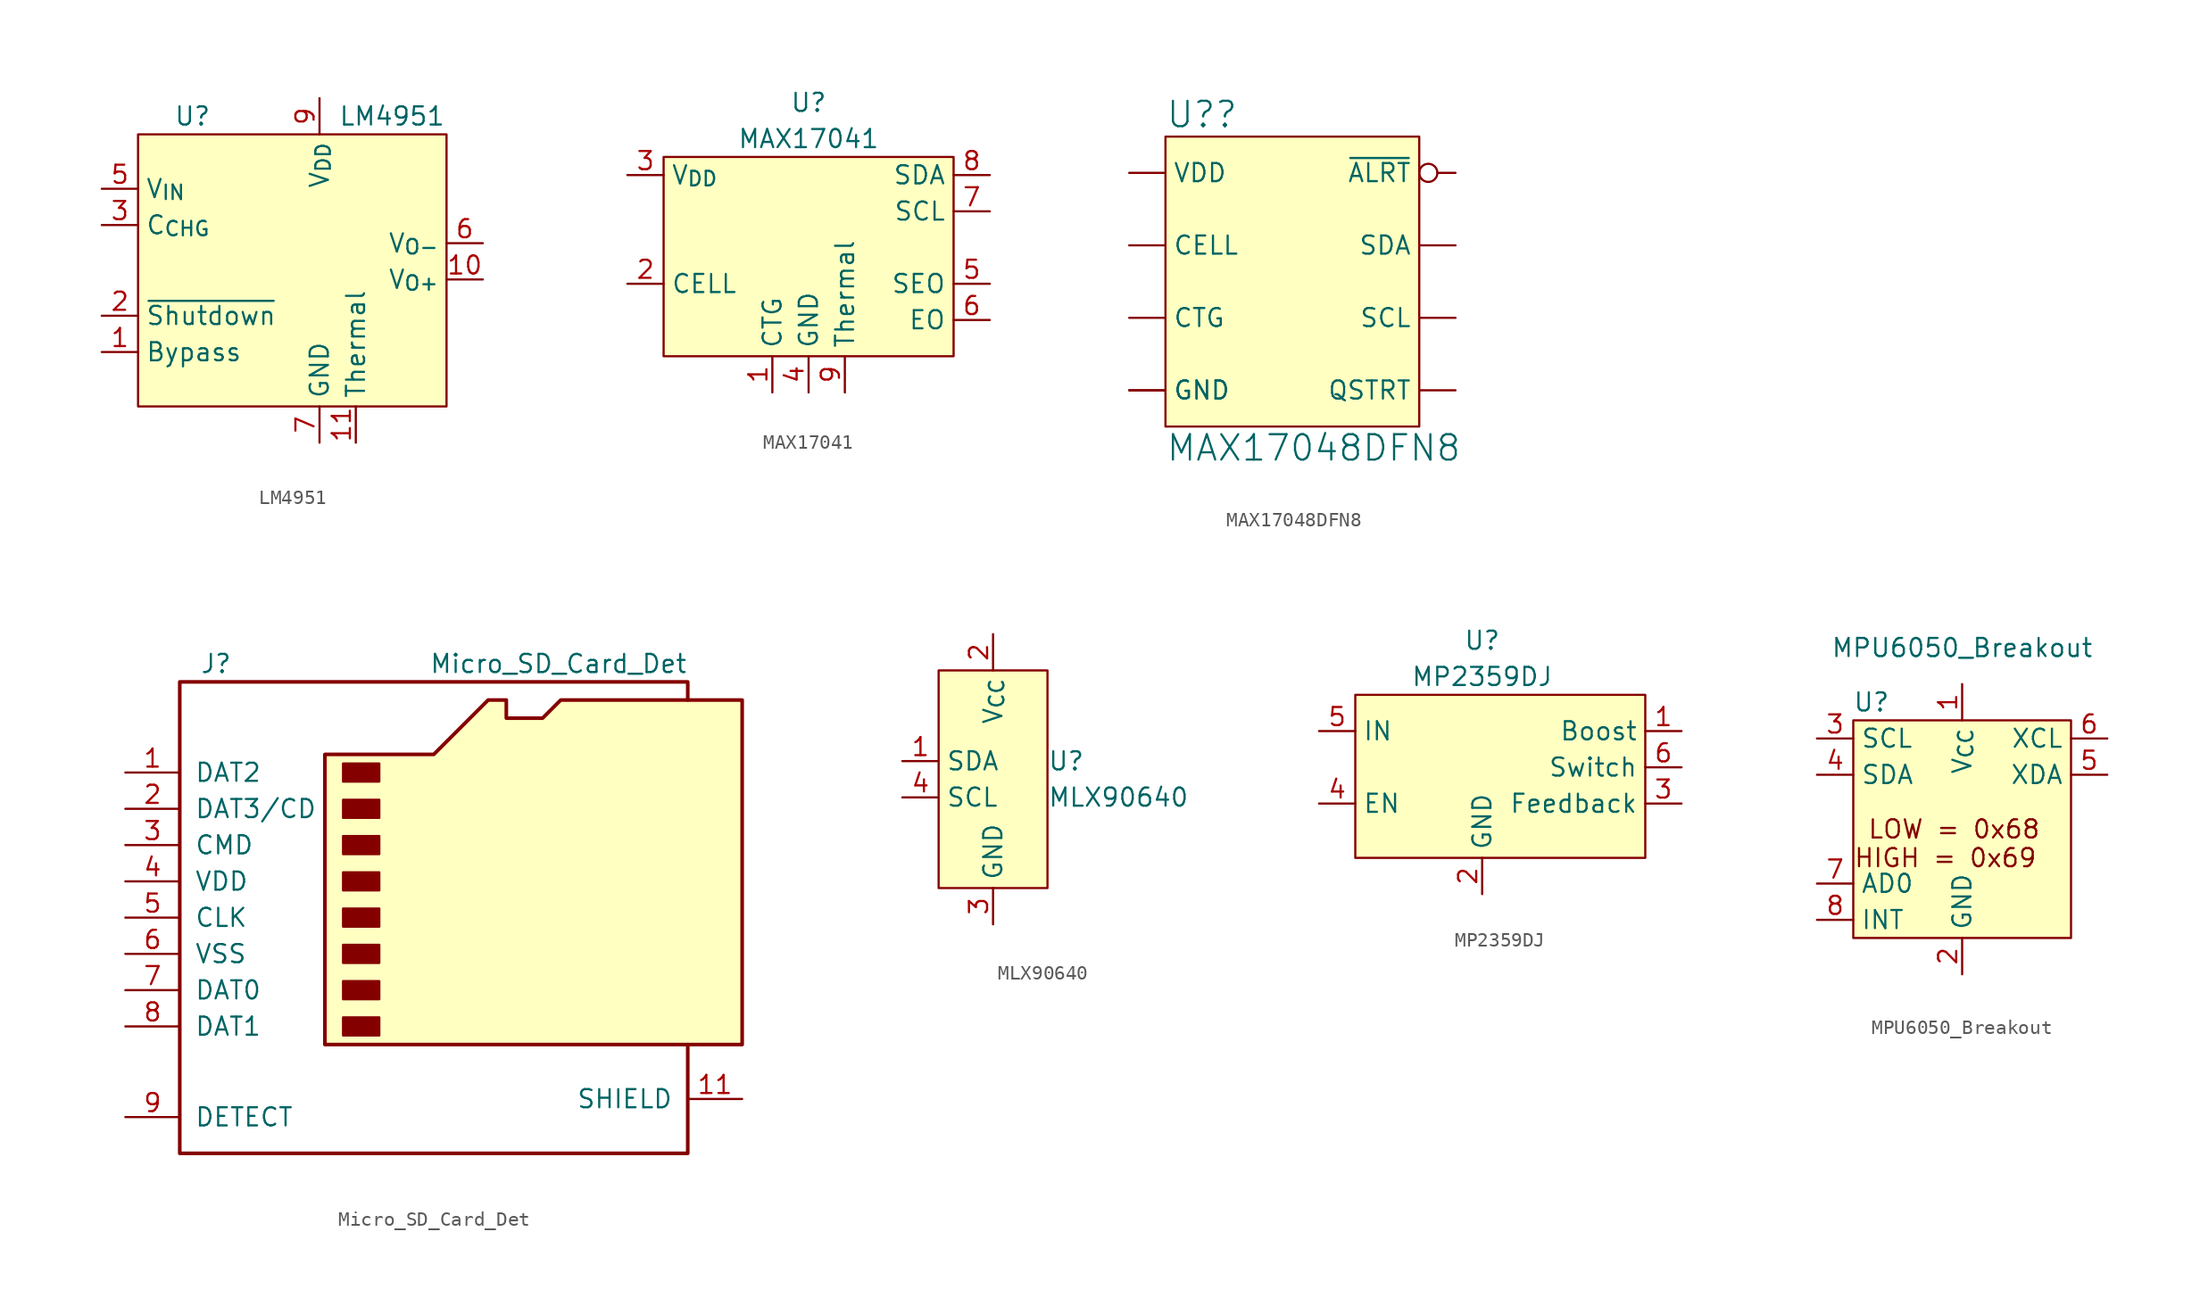
<source format=kicad_sym>
(kicad_symbol_lib
  (version 20231120)
  (generator "kicad_symbol_editor")
  (generator_version "8.0")
  (symbol "LM4951"
    (property "Reference" "U"
      (at -8.89 3.81 0)
      (effects (font (size 1.27 1.27))))
    (property "Value" "LM4951"
      (at 5.08 3.81 0)
      (effects (font (size 1.27 1.27))))
    (symbol "LM4951_0_1"
      (rectangle (start -12.7 2.54) (end 8.89 -16.51) (stroke (width 0) (type default)) (fill (type background))))
    (symbol "LM4951_1_1"
      (pin input line (at -15.24 -12.7 0) (length 2.54) (name "Bypass" (effects (font (size 1.27 1.27)))) (number "1" (effects (font (size 1.27 1.27)))))
      (pin power_out line (at 11.43 -7.62 180) (length 2.54) (name "V_{O+}" (effects (font (size 1.27 1.27)))) (number "10" (effects (font (size 1.27 1.27)))))
      (pin unspecified line (at 2.54 -19.05 90) (length 2.54) (name "Thermal" (effects (font (size 1.27 1.27)))) (number "11" (effects (font (size 1.27 1.27)))))
      (pin input line (at -15.24 -10.16 0) (length 2.54) (name "~{Shutdown}" (effects (font (size 1.27 1.27)))) (number "2" (effects (font (size 1.27 1.27)))))
      (pin input line (at -15.24 -3.81 0) (length 2.54) (name "C_{CHG}" (effects (font (size 1.27 1.27)))) (number "3" (effects (font (size 1.27 1.27)))))
      (pin input line (at -15.24 -1.27 0) (length 2.54) (name "V_{IN}" (effects (font (size 1.27 1.27)))) (number "5" (effects (font (size 1.27 1.27)))))
      (pin power_out line (at 11.43 -5.08 180) (length 2.54) (name "V_{O-}" (effects (font (size 1.27 1.27)))) (number "6" (effects (font (size 1.27 1.27)))))
      (pin power_in line (at 0 -19.05 90) (length 2.54) (name "GND" (effects (font (size 1.27 1.27)))) (number "7" (effects (font (size 1.27 1.27)))))
      (pin power_in line (at 0 5.08 270) (length 2.54) (name "V_{DD}" (effects (font (size 1.27 1.27)))) (number "9" (effects (font (size 1.27 1.27)))))))
  (symbol "MAX17041"
    (property "Reference" "U"
      (at 0 5.08 0)
      (effects (font (size 1.27 1.27))))
    (property "Value" "MAX17041"
      (at 0 2.54 0)
      (effects (font (size 1.27 1.27))))
    (symbol "MAX17041_0_0"
      (pin unspecified line (at -2.54 -15.24 90) (length 2.54) (name "CTG" (effects (font (size 1.27 1.27)))) (number "1" (effects (font (size 1.27 1.27)))))
      (pin power_in line (at -12.7 -7.62 0) (length 2.54) (name "CELL" (effects (font (size 1.27 1.27)))) (number "2" (effects (font (size 1.27 1.27)))))
      (pin power_in line (at -12.7 0 0) (length 2.54) (name "V_{DD}" (effects (font (size 1.27 1.27)))) (number "3" (effects (font (size 1.27 1.27)))))
      (pin power_in line (at 0 -15.24 90) (length 2.54) (name "GND" (effects (font (size 1.27 1.27)))) (number "4" (effects (font (size 1.27 1.27)))))
      (pin unspecified line (at 12.7 -7.62 180) (length 2.54) (name "SEO" (effects (font (size 1.27 1.27)))) (number "5" (effects (font (size 1.27 1.27)))))
      (pin unspecified line (at 12.7 -10.16 180) (length 2.54) (name "EO" (effects (font (size 1.27 1.27)))) (number "6" (effects (font (size 1.27 1.27)))))
      (pin input line (at 12.7 -2.54 180) (length 2.54) (name "SCL" (effects (font (size 1.27 1.27)))) (number "7" (effects (font (size 1.27 1.27)))))
      (pin bidirectional line (at 12.7 0 180) (length 2.54) (name "SDA" (effects (font (size 1.27 1.27)))) (number "8" (effects (font (size 1.27 1.27)))))
      (pin power_in line (at 2.54 -15.24 90) (length 2.54) (name "Thermal" (effects (font (size 1.27 1.27)))) (number "9" (effects (font (size 1.27 1.27))))))
    (symbol "MAX17041_1_1"
      (rectangle (start -10.16 1.27) (end 10.16 -12.7) (stroke (width 0) (type default)) (fill (type background)))))
  (symbol "MAX17048DFN8"
    (property "Reference" "U?"
      (at -10.16 10.668 0)
      (effects (font (size 1.778 1.778)) (justify left bottom)))
    (property "Value" "MAX17048DFN8"
      (at -10.16 -12.7 0)
      (effects (font (size 1.778 1.778)) (justify left bottom)))
    (symbol "MAX17048DFN8_1_0"
      (pin input line (at -12.7 -2.54 0) (length 2.54) (name "CTG" (effects (font (size 1.27 1.27)))) (number "1" (effects (font (size 0 0)))))
      (pin input line (at -12.7 2.54 0) (length 2.54) (name "CELL" (effects (font (size 1.27 1.27)))) (number "2" (effects (font (size 0 0)))))
      (pin bidirectional line (at -12.7 7.62 0) (length 2.54) (name "VDD" (effects (font (size 1.27 1.27)))) (number "3" (effects (font (size 0 0)))))
      (pin bidirectional line (at -12.7 -7.62 0) (length 2.54) (name "GND" (effects (font (size 1.27 1.27)))) (number "4" (effects (font (size 0 0)))))
      (pin bidirectional inverted (at 10.16 7.62 180) (length 2.54) (name "~{ALRT}" (effects (font (size 1.27 1.27)))) (number "5" (effects (font (size 0 0)))))
      (pin bidirectional line (at 10.16 -7.62 180) (length 2.54) (name "QSTRT" (effects (font (size 1.27 1.27)))) (number "6" (effects (font (size 0 0)))))
      (pin output line (at 10.16 -2.54 180) (length 2.54) (name "SCL" (effects (font (size 1.27 1.27)))) (number "7" (effects (font (size 0 0)))))
      (pin input line (at 10.16 2.54 180) (length 2.54) (name "SDA" (effects (font (size 1.27 1.27)))) (number "8" (effects (font (size 0 0)))))
      (pin bidirectional line (at -12.7 -7.62 0) (length 2.54) (name "GND" (effects (font (size 1.27 1.27)))) (number "9" (effects (font (size 0 0))))))
    (symbol "MAX17048DFN8_1_1"
      (rectangle (start -10.16 10.16) (end 7.62 -10.16) (stroke (width 0) (type default)) (fill (type background)))))
  (symbol "Micro_SD_Card_Det"
    (pin_names
      (offset 1.016))
    (property "Reference" "J"
      (at -16.51 17.78 0)
      (effects (font (size 1.27 1.27))))
    (property "Value" "Micro_SD_Card_Det"
      (at 16.51 17.78 0)
      (effects (font (size 1.27 1.27)) (justify right)))
    (symbol "Micro_SD_Card_Det_0_1"
      (rectangle (start -7.62 -6.985) (end -5.08 -8.255) (stroke (width 0) (type default)) (fill (type outline)))
      (rectangle (start -7.62 -4.445) (end -5.08 -5.715) (stroke (width 0) (type default)) (fill (type outline)))
      (rectangle (start -7.62 -1.905) (end -5.08 -3.175) (stroke (width 0) (type default)) (fill (type outline)))
      (rectangle (start -7.62 0.635) (end -5.08 -0.635) (stroke (width 0) (type default)) (fill (type outline)))
      (rectangle (start -7.62 3.175) (end -5.08 1.905) (stroke (width 0) (type default)) (fill (type outline)))
      (rectangle (start -7.62 5.715) (end -5.08 4.445) (stroke (width 0) (type default)) (fill (type outline)))
      (rectangle (start -7.62 8.255) (end -5.08 6.985) (stroke (width 0) (type default)) (fill (type outline)))
      (rectangle (start -7.62 10.795) (end -5.08 9.525) (stroke (width 0) (type default)) (fill (type outline)))
      (polyline (pts (xy 16.51 15.24) (xy 16.51 16.51) (xy -19.05 16.51) (xy -19.05 -16.51) (xy 16.51 -16.51) (xy 16.51 -8.89)) (stroke (width 0.254) (type default)) (fill (type none)))
      (polyline (pts (xy -8.89 -8.89) (xy -8.89 11.43) (xy -1.27 11.43) (xy 2.54 15.24) (xy 3.81 15.24) (xy 3.81 13.97) (xy 6.35 13.97) (xy 7.62 15.24) (xy 20.32 15.24) (xy 20.32 -8.89) (xy -8.89 -8.89)) (stroke (width 0.254) (type default)) (fill (type background))))
    (symbol "Micro_SD_Card_Det_1_1"
      (pin bidirectional line (at -22.86 10.16 0) (length 3.81) (name "DAT2" (effects (font (size 1.27 1.27)))) (number "1" (effects (font (size 1.27 1.27)))))
      (pin passive line (at 20.32 -12.7 180) (length 3.81) (name "SHIELD" (effects (font (size 1.27 1.27)))) (number "11" (effects (font (size 1.27 1.27)))))
      (pin bidirectional line (at -22.86 7.62 0) (length 3.81) (name "DAT3/CD" (effects (font (size 1.27 1.27)))) (number "2" (effects (font (size 1.27 1.27)))))
      (pin input line (at -22.86 5.08 0) (length 3.81) (name "CMD" (effects (font (size 1.27 1.27)))) (number "3" (effects (font (size 1.27 1.27)))))
      (pin power_in line (at -22.86 2.54 0) (length 3.81) (name "VDD" (effects (font (size 1.27 1.27)))) (number "4" (effects (font (size 1.27 1.27)))))
      (pin input line (at -22.86 0 0) (length 3.81) (name "CLK" (effects (font (size 1.27 1.27)))) (number "5" (effects (font (size 1.27 1.27)))))
      (pin power_in line (at -22.86 -2.54 0) (length 3.81) (name "VSS" (effects (font (size 1.27 1.27)))) (number "6" (effects (font (size 1.27 1.27)))))
      (pin bidirectional line (at -22.86 -5.08 0) (length 3.81) (name "DAT0" (effects (font (size 1.27 1.27)))) (number "7" (effects (font (size 1.27 1.27)))))
      (pin bidirectional line (at -22.86 -7.62 0) (length 3.81) (name "DAT1" (effects (font (size 1.27 1.27)))) (number "8" (effects (font (size 1.27 1.27)))))
      (pin passive line (at -22.86 -13.97 0) (length 3.81) (name "DETECT" (effects (font (size 1.27 1.27)))) (number "9" (effects (font (size 1.27 1.27)))))))
  (symbol "MLX90640"
    (property "Reference" "U"
      (at 3.81 1.27 0)
      (effects (font (size 1.27 1.27)) (justify left)))
    (property "Value" "MLX90640"
      (at 3.81 -1.27 0)
      (effects (font (size 1.27 1.27)) (justify left)))
    (symbol "MLX90640_0_0"
      (pin bidirectional line (at -6.35 1.27 0) (length 2.54) (name "SDA" (effects (font (size 1.27 1.27)))) (number "1" (effects (font (size 1.27 1.27)))))
      (pin power_in line (at 0 10.16 270) (length 2.54) (name "V_{CC}" (effects (font (size 1.27 1.27)))) (number "2" (effects (font (size 1.27 1.27)))))
      (pin power_in line (at 0 -10.16 90) (length 2.54) (name "GND" (effects (font (size 1.27 1.27)))) (number "3" (effects (font (size 1.27 1.27)))))
      (pin input line (at -6.35 -1.27 0) (length 2.54) (name "SCL" (effects (font (size 1.27 1.27)))) (number "4" (effects (font (size 1.27 1.27))))))
    (symbol "MLX90640_0_1"
      (rectangle (start -3.81 7.62) (end 3.81 -7.62) (stroke (width 0) (type default)) (fill (type background)))))
  (symbol "MP2359DJ"
    (property "Reference" "U"
      (at 0 3.81 0)
      (effects (font (size 1.27 1.27))))
    (property "Value" "MP2359DJ"
      (at 0 1.27 0)
      (effects (font (size 1.27 1.27))))
    (symbol "MP2359DJ_0_1"
      (rectangle (start -8.89 0) (end 11.43 -11.43) (stroke (width 0) (type default)) (fill (type background))))
    (symbol "MP2359DJ_1_1"
      (pin input line (at 13.97 -2.54 180) (length 2.54) (name "Boost" (effects (font (size 1.27 1.27)))) (number "1" (effects (font (size 1.27 1.27)))))
      (pin power_in line (at 0 -13.97 90) (length 2.54) (name "GND" (effects (font (size 1.27 1.27)))) (number "2" (effects (font (size 1.27 1.27)))))
      (pin input line (at 13.97 -7.62 180) (length 2.54) (name "Feedback" (effects (font (size 1.27 1.27)))) (number "3" (effects (font (size 1.27 1.27)))))
      (pin input line (at -11.43 -7.62 0) (length 2.54) (name "EN" (effects (font (size 1.27 1.27)))) (number "4" (effects (font (size 1.27 1.27)))))
      (pin power_in line (at -11.43 -2.54 0) (length 2.54) (name "IN" (effects (font (size 1.27 1.27)))) (number "5" (effects (font (size 1.27 1.27)))))
      (pin input line (at 13.97 -5.08 180) (length 2.54) (name "Switch" (effects (font (size 1.27 1.27)))) (number "6" (effects (font (size 1.27 1.27)))))))
  (symbol "MPU6050_Breakout"
    (property "Reference" "U"
      (at -6.35 1.27 0)
      (effects (font (size 1.27 1.27))))
    (property "Value" "MPU6050_Breakout"
      (at 0 5.08 0)
      (effects (font (size 1.27 1.27))))
    (symbol "MPU6050_Breakout_0_0"
      (rectangle (start -7.62 0) (end 7.62 -15.24) (stroke (width 0) (type default)) (fill (type background)))
      (text " LOW = 0x68" (at -7.62 -7.62 0) (effects (font (size 1.27 1.27)) (justify left)))
      (text "HIGH = 0x69" (at -7.62 -8.89 0) (effects (font (size 1.27 1.27)) (justify left top))))
    (symbol "MPU6050_Breakout_1_1"
      (pin power_in line (at 0 2.54 270) (length 2.54) (name "V_{CC}" (effects (font (size 1.27 1.27)))) (number "1" (effects (font (size 1.27 1.27)))))
      (pin power_in line (at 0 -17.78 90) (length 2.54) (name "GND" (effects (font (size 1.27 1.27)))) (number "2" (effects (font (size 1.27 1.27)))))
      (pin input line (at -10.16 -1.27 0) (length 2.54) (name "SCL" (effects (font (size 1.27 1.27)))) (number "3" (effects (font (size 1.27 1.27)))))
      (pin bidirectional line (at -10.16 -3.81 0) (length 2.54) (name "SDA" (effects (font (size 1.27 1.27)))) (number "4" (effects (font (size 1.27 1.27)))))
      (pin bidirectional line (at 10.16 -3.81 180) (length 2.54) (name "XDA" (effects (font (size 1.27 1.27)))) (number "5" (effects (font (size 1.27 1.27)))))
      (pin output line (at 10.16 -1.27 180) (length 2.54) (name "XCL" (effects (font (size 1.27 1.27)))) (number "6" (effects (font (size 1.27 1.27)))))
      (pin input line (at -10.16 -11.43 0) (length 2.54) (name "AD0" (effects (font (size 1.27 1.27)))) (number "7" (effects (font (size 1.27 1.27)))))
      (pin output line (at -10.16 -13.97 0) (length 2.54) (name "INT" (effects (font (size 1.27 1.27)))) (number "8" (effects (font (size 1.27 1.27))))))))
</source>
